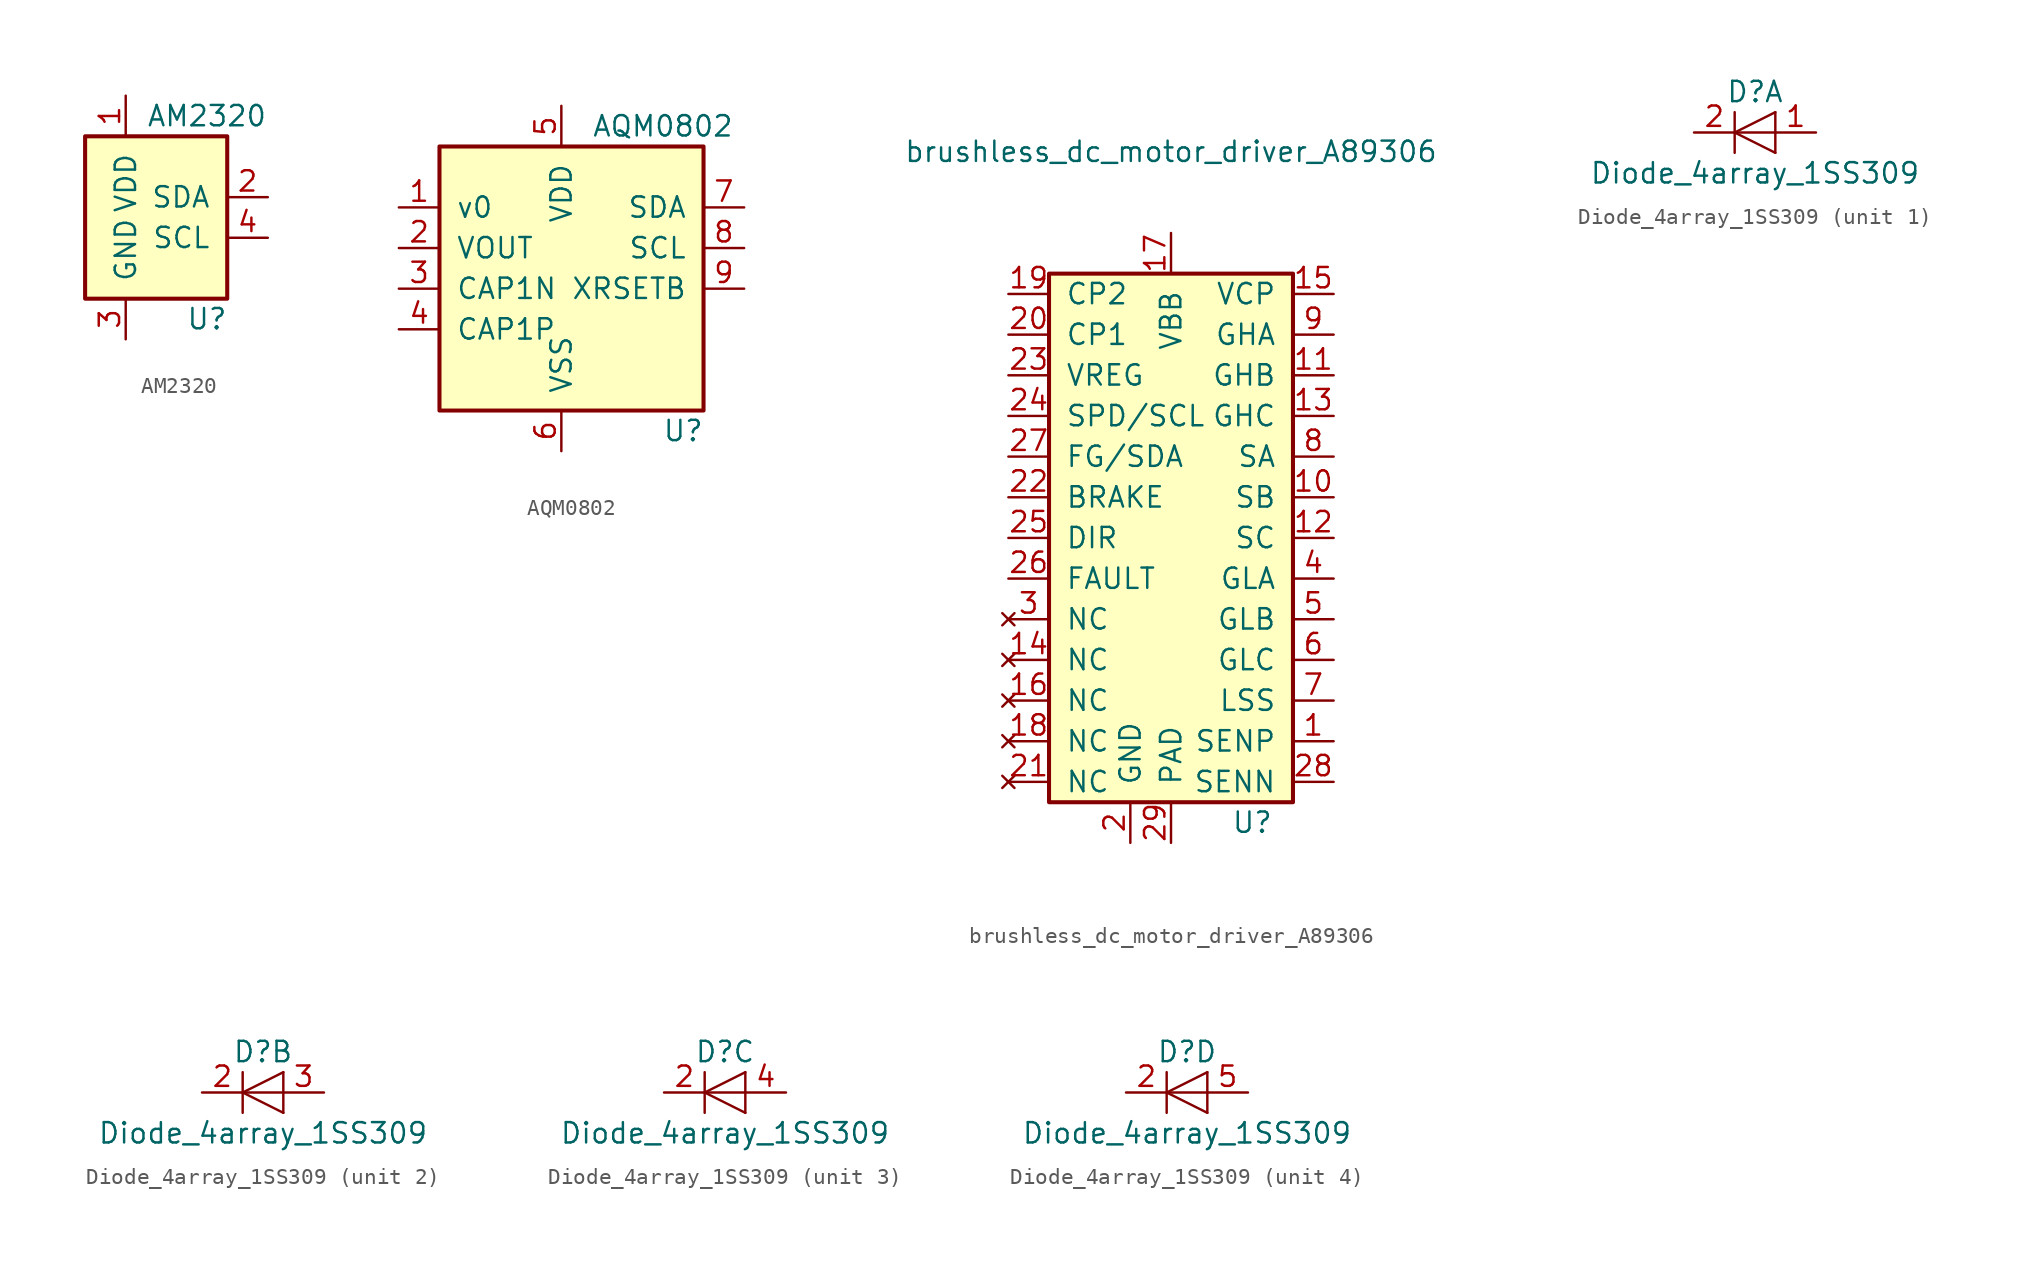
<source format=kicad_sym>
(kicad_symbol_lib
  (version 20211014)
  (generator kicad_symbol_editor)
  (symbol "AM2320"
    (pin_names
      (offset 1.016))
    (property "Reference" "U"
      (at 2.54 -7.62 0)
      (effects (font (size 1.27 1.27))))
    (property "Value" "AM2320"
      (at 2.54 5.08 0)
      (effects (font (size 1.27 1.27))))
    (symbol "AM2320_0_1"
      (rectangle (start -5.08 3.81) (end 3.81 -6.35) (stroke (width 0.254) (type default) (color 0 0 0 0)) (fill (type background))))
    (symbol "AM2320_1_1"
      (pin power_in line (at -2.54 6.35 270) (length 2.54) (name "VDD" (effects (font (size 1.27 1.27)))) (number "1" (effects (font (size 1.27 1.27)))))
      (pin bidirectional line (at 6.35 0 180) (length 2.54) (name "SDA" (effects (font (size 1.27 1.27)))) (number "2" (effects (font (size 1.27 1.27)))))
      (pin power_in line (at -2.54 -8.89 90) (length 2.54) (name "GND" (effects (font (size 1.27 1.27)))) (number "3" (effects (font (size 1.27 1.27)))))
      (pin input line (at 6.35 -2.54 180) (length 2.54) (name "SCL" (effects (font (size 1.27 1.27)))) (number "4" (effects (font (size 1.27 1.27)))))))
  (symbol "AQM0802"
    (pin_names
      (offset 1.016))
    (property "Reference" "U"
      (at 7.62 -8.89 0)
      (effects (font (size 1.27 1.27))))
    (property "Value" "AQM0802"
      (at 6.35 10.16 0)
      (effects (font (size 1.27 1.27))))
    (symbol "AQM0802_0_1"
      (rectangle (start -7.62 8.89) (end 8.89 -7.62) (stroke (width 0.254) (type default) (color 0 0 0 0)) (fill (type background))))
    (symbol "AQM0802_1_1"
      (pin bidirectional line (at -10.16 5.08 0) (length 2.54) (name "v0" (effects (font (size 1.27 1.27)))) (number "1" (effects (font (size 1.27 1.27)))))
      (pin bidirectional line (at -10.16 2.54 0) (length 2.54) (name "VOUT" (effects (font (size 1.27 1.27)))) (number "2" (effects (font (size 1.27 1.27)))))
      (pin bidirectional line (at -10.16 0 0) (length 2.54) (name "CAP1N" (effects (font (size 1.27 1.27)))) (number "3" (effects (font (size 1.27 1.27)))))
      (pin bidirectional line (at -10.16 -2.54 0) (length 2.54) (name "CAP1P" (effects (font (size 1.27 1.27)))) (number "4" (effects (font (size 1.27 1.27)))))
      (pin bidirectional line (at 0 11.43 270) (length 2.54) (name "VDD" (effects (font (size 1.27 1.27)))) (number "5" (effects (font (size 1.27 1.27)))))
      (pin bidirectional line (at 0 -10.16 90) (length 2.54) (name "VSS" (effects (font (size 1.27 1.27)))) (number "6" (effects (font (size 1.27 1.27)))))
      (pin bidirectional line (at 11.43 5.08 180) (length 2.54) (name "SDA" (effects (font (size 1.27 1.27)))) (number "7" (effects (font (size 1.27 1.27)))))
      (pin bidirectional line (at 11.43 2.54 180) (length 2.54) (name "SCL" (effects (font (size 1.27 1.27)))) (number "8" (effects (font (size 1.27 1.27)))))
      (pin bidirectional line (at 11.43 0 180) (length 2.54) (name "XRSETB" (effects (font (size 1.27 1.27)))) (number "9" (effects (font (size 1.27 1.27)))))))
  (symbol "brushless_dc_motor_driver_A89306"
    (pin_names
      (offset 1.016))
    (property "Reference" "U"
      (at 5.08 -17.78 0)
      (effects (font (size 1.27 1.27))))
    (property "Value" "brushless_dc_motor_driver_A89306"
      (at 0 24.13 0)
      (effects (font (size 1.27 1.27))))
    (symbol "brushless_dc_motor_driver_A89306_0_1"
      (rectangle (start -7.62 16.51) (end 7.62 -16.51) (stroke (width 0.254) (type default) (color 0 0 0 0)) (fill (type background))))
    (symbol "brushless_dc_motor_driver_A89306_1_1"
      (pin input line (at 10.16 -12.7 180) (length 2.54) (name "SENP" (effects (font (size 1.27 1.27)))) (number "1" (effects (font (size 1.27 1.27)))))
      (pin input line (at 10.16 2.54 180) (length 2.54) (name "SB" (effects (font (size 1.27 1.27)))) (number "10" (effects (font (size 1.27 1.27)))))
      (pin input line (at 10.16 10.16 180) (length 2.54) (name "GHB" (effects (font (size 1.27 1.27)))) (number "11" (effects (font (size 1.27 1.27)))))
      (pin input line (at 10.16 0 180) (length 2.54) (name "SC" (effects (font (size 1.27 1.27)))) (number "12" (effects (font (size 1.27 1.27)))))
      (pin input line (at 10.16 7.62 180) (length 2.54) (name "GHC" (effects (font (size 1.27 1.27)))) (number "13" (effects (font (size 1.27 1.27)))))
      (pin no_connect line (at -10.16 -7.62 0) (length 2.54) (name "NC" (effects (font (size 1.27 1.27)))) (number "14" (effects (font (size 1.27 1.27)))))
      (pin input line (at 10.16 15.24 180) (length 2.54) (name "VCP" (effects (font (size 1.27 1.27)))) (number "15" (effects (font (size 1.27 1.27)))))
      (pin no_connect line (at -10.16 -10.16 0) (length 2.54) (name "NC" (effects (font (size 1.27 1.27)))) (number "16" (effects (font (size 1.27 1.27)))))
      (pin input line (at 0 19.05 270) (length 2.54) (name "VBB" (effects (font (size 1.27 1.27)))) (number "17" (effects (font (size 1.27 1.27)))))
      (pin no_connect line (at -10.16 -12.7 0) (length 2.54) (name "NC" (effects (font (size 1.27 1.27)))) (number "18" (effects (font (size 1.27 1.27)))))
      (pin input line (at -10.16 15.24 0) (length 2.54) (name "CP2" (effects (font (size 1.27 1.27)))) (number "19" (effects (font (size 1.27 1.27)))))
      (pin input line (at -2.54 -19.05 90) (length 2.54) (name "GND" (effects (font (size 1.27 1.27)))) (number "2" (effects (font (size 1.27 1.27)))))
      (pin input line (at -10.16 12.7 0) (length 2.54) (name "CP1" (effects (font (size 1.27 1.27)))) (number "20" (effects (font (size 1.27 1.27)))))
      (pin no_connect line (at -10.16 -15.24 0) (length 2.54) (name "NC" (effects (font (size 1.27 1.27)))) (number "21" (effects (font (size 1.27 1.27)))))
      (pin input line (at -10.16 2.54 0) (length 2.54) (name "BRAKE" (effects (font (size 1.27 1.27)))) (number "22" (effects (font (size 1.27 1.27)))))
      (pin input line (at -10.16 10.16 0) (length 2.54) (name "VREG" (effects (font (size 1.27 1.27)))) (number "23" (effects (font (size 1.27 1.27)))))
      (pin input line (at -10.16 7.62 0) (length 2.54) (name "SPD/SCL" (effects (font (size 1.27 1.27)))) (number "24" (effects (font (size 1.27 1.27)))))
      (pin input line (at -10.16 0 0) (length 2.54) (name "DIR" (effects (font (size 1.27 1.27)))) (number "25" (effects (font (size 1.27 1.27)))))
      (pin input line (at -10.16 -2.54 0) (length 2.54) (name "FAULT" (effects (font (size 1.27 1.27)))) (number "26" (effects (font (size 1.27 1.27)))))
      (pin input line (at -10.16 5.08 0) (length 2.54) (name "FG/SDA" (effects (font (size 1.27 1.27)))) (number "27" (effects (font (size 1.27 1.27)))))
      (pin input line (at 10.16 -15.24 180) (length 2.54) (name "SENN" (effects (font (size 1.27 1.27)))) (number "28" (effects (font (size 1.27 1.27)))))
      (pin input line (at 0 -19.05 90) (length 2.54) (name "PAD" (effects (font (size 1.27 1.27)))) (number "29" (effects (font (size 1.27 1.27)))))
      (pin no_connect line (at -10.16 -5.08 0) (length 2.54) (name "NC" (effects (font (size 1.27 1.27)))) (number "3" (effects (font (size 1.27 1.27)))))
      (pin input line (at 10.16 -2.54 180) (length 2.54) (name "GLA" (effects (font (size 1.27 1.27)))) (number "4" (effects (font (size 1.27 1.27)))))
      (pin input line (at 10.16 -5.08 180) (length 2.54) (name "GLB" (effects (font (size 1.27 1.27)))) (number "5" (effects (font (size 1.27 1.27)))))
      (pin input line (at 10.16 -7.62 180) (length 2.54) (name "GLC" (effects (font (size 1.27 1.27)))) (number "6" (effects (font (size 1.27 1.27)))))
      (pin input line (at 10.16 -10.16 180) (length 2.54) (name "LSS" (effects (font (size 1.27 1.27)))) (number "7" (effects (font (size 1.27 1.27)))))
      (pin input line (at 10.16 5.08 180) (length 2.54) (name "SA" (effects (font (size 1.27 1.27)))) (number "8" (effects (font (size 1.27 1.27)))))
      (pin input line (at 10.16 12.7 180) (length 2.54) (name "GHA" (effects (font (size 1.27 1.27)))) (number "9" (effects (font (size 1.27 1.27)))))))
  (symbol "Diode_4array_1SS309"
    (pin_names
      (offset 1.016))
    (property "Reference" "D"
      (at 0 2.54 0)
      (effects (font (size 1.27 1.27))))
    (property "Value" "Diode_4array_1SS309"
      (at 0 -2.54 0)
      (effects (font (size 1.27 1.27))))
    (symbol "Diode_4array_1SS309_1_1"
      (polyline (pts (xy -1.27 1.27) (xy -1.27 -1.27)) (stroke (width 0.152) (type default) (color 0 0 0 0)) (fill (type none)))
      (polyline (pts (xy 1.27 0) (xy -1.27 0)) (stroke (width 0) (type default) (color 0 0 0 0)) (fill (type none)))
      (polyline (pts (xy 1.27 1.27) (xy 1.27 -1.27)) (stroke (width 0) (type default) (color 0 0 0 0)) (fill (type none)))
      (polyline (pts (xy 1.27 1.27) (xy -1.27 0) (xy 1.27 -1.27)) (stroke (width 0) (type default) (color 0 0 0 0)) (fill (type none)))
      (pin passive line (at 3.81 0 180) (length 2.54) (name "~" (effects (font (size 1.27 1.27)))) (number "1" (effects (font (size 1.27 1.27)))))
      (pin passive line (at -3.81 0 0) (length 2.54) (name "~" (effects (font (size 1.27 1.27)))) (number "2" (effects (font (size 1.27 1.27))))))
    (symbol "Diode_4array_1SS309_2_1"
      (polyline (pts (xy -1.27 1.27) (xy -1.27 -1.27)) (stroke (width 0.152) (type default) (color 0 0 0 0)) (fill (type none)))
      (polyline (pts (xy 1.27 0) (xy -1.27 0)) (stroke (width 0) (type default) (color 0 0 0 0)) (fill (type none)))
      (polyline (pts (xy 1.27 1.27) (xy 1.27 -1.27)) (stroke (width 0) (type default) (color 0 0 0 0)) (fill (type none)))
      (polyline (pts (xy 1.27 1.27) (xy -1.27 0) (xy 1.27 -1.27)) (stroke (width 0) (type default) (color 0 0 0 0)) (fill (type none)))
      (pin passive line (at -3.81 0 0) (length 2.54) (name "~" (effects (font (size 1.27 1.27)))) (number "2" (effects (font (size 1.27 1.27)))))
      (pin passive line (at 3.81 0 180) (length 2.54) (name "~" (effects (font (size 1.27 1.27)))) (number "3" (effects (font (size 1.27 1.27))))))
    (symbol "Diode_4array_1SS309_3_1"
      (polyline (pts (xy -1.27 1.27) (xy -1.27 -1.27)) (stroke (width 0.152) (type default) (color 0 0 0 0)) (fill (type none)))
      (polyline (pts (xy 1.27 0) (xy -1.27 0)) (stroke (width 0) (type default) (color 0 0 0 0)) (fill (type none)))
      (polyline (pts (xy 1.27 1.27) (xy 1.27 -1.27)) (stroke (width 0) (type default) (color 0 0 0 0)) (fill (type none)))
      (polyline (pts (xy 1.27 1.27) (xy -1.27 0) (xy 1.27 -1.27)) (stroke (width 0) (type default) (color 0 0 0 0)) (fill (type none)))
      (pin passive line (at -3.81 0 0) (length 2.54) (name "~" (effects (font (size 1.27 1.27)))) (number "2" (effects (font (size 1.27 1.27)))))
      (pin passive line (at 3.81 0 180) (length 2.54) (name "~" (effects (font (size 1.27 1.27)))) (number "4" (effects (font (size 1.27 1.27))))))
    (symbol "Diode_4array_1SS309_4_1"
      (polyline (pts (xy -1.27 1.27) (xy -1.27 -1.27)) (stroke (width 0.152) (type default) (color 0 0 0 0)) (fill (type none)))
      (polyline (pts (xy 1.27 0) (xy -1.27 0)) (stroke (width 0) (type default) (color 0 0 0 0)) (fill (type none)))
      (polyline (pts (xy 1.27 1.27) (xy 1.27 -1.27)) (stroke (width 0) (type default) (color 0 0 0 0)) (fill (type none)))
      (polyline (pts (xy 1.27 1.27) (xy -1.27 0) (xy 1.27 -1.27)) (stroke (width 0) (type default) (color 0 0 0 0)) (fill (type none)))
      (pin passive line (at -3.81 0 0) (length 2.54) (name "~" (effects (font (size 1.27 1.27)))) (number "2" (effects (font (size 1.27 1.27)))))
      (pin passive line (at 3.81 0 180) (length 2.54) (name "~" (effects (font (size 1.27 1.27)))) (number "5" (effects (font (size 1.27 1.27))))))))
</source>
